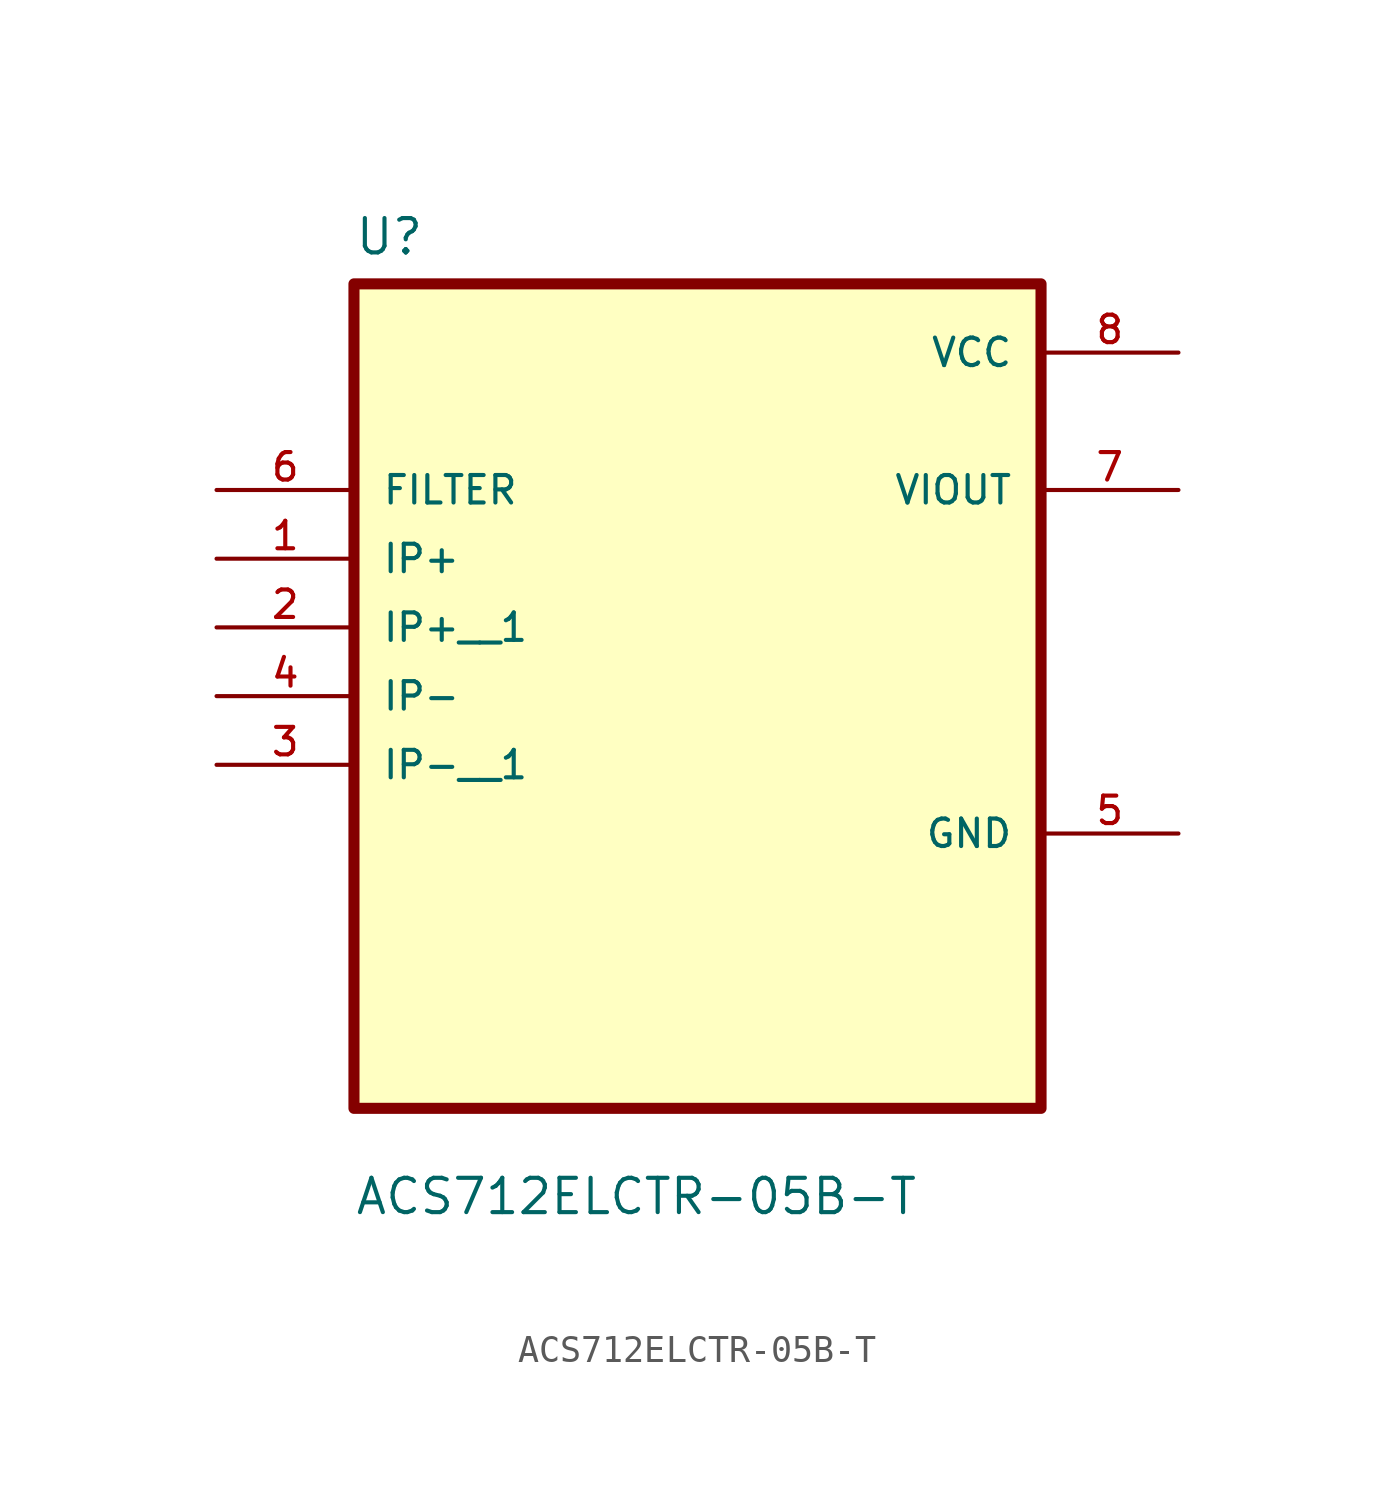
<source format=kicad_sym>
(kicad_symbol_lib
  (version 20211014)
  (generator kicad_symbol_editor)
  (symbol "ACS712ELCTR-05B-T"
    (pin_names
      (offset 1.016))
    (property "Reference" "U"
      (at -12.7 13.7 0.0)
      (effects (font (size 1.27 1.27)) (justify bottom left)))
    (property "Value" "ACS712ELCTR-05B-T"
      (at -12.7 -21.78 0.0)
      (effects (font (size 1.27 1.27)) (justify bottom left)))
    (symbol "ACS712ELCTR-05B-T_0_0"
      (rectangle (start -12.7 -17.78) (end 12.7 12.7) (stroke (width 0.41)) (fill (type background)))
      (pin input line (at -17.78 5.08 0) (length 5.08) (name "FILTER" (effects (font (size 1.016 1.016)))) (number "6" (effects (font (size 1.016 1.016)))))
      (pin input line (at -17.78 2.54 0) (length 5.08) (name "IP+" (effects (font (size 1.016 1.016)))) (number "1" (effects (font (size 1.016 1.016)))))
      (pin input line (at -17.78 -2.54 0) (length 5.08) (name "IP-" (effects (font (size 1.016 1.016)))) (number "4" (effects (font (size 1.016 1.016)))))
      (pin power_in line (at 17.78 10.16 180.0) (length 5.08) (name "VCC" (effects (font (size 1.016 1.016)))) (number "8" (effects (font (size 1.016 1.016)))))
      (pin output line (at 17.78 5.08 180.0) (length 5.08) (name "VIOUT" (effects (font (size 1.016 1.016)))) (number "7" (effects (font (size 1.016 1.016)))))
      (pin power_in line (at 17.78 -7.62 180.0) (length 5.08) (name "GND" (effects (font (size 1.016 1.016)))) (number "5" (effects (font (size 1.016 1.016)))))
      (pin input line (at -17.78 0.0 0) (length 5.08) (name "IP+__1" (effects (font (size 1.016 1.016)))) (number "2" (effects (font (size 1.016 1.016)))))
      (pin input line (at -17.78 -5.08 0) (length 5.08) (name "IP-__1" (effects (font (size 1.016 1.016)))) (number "3" (effects (font (size 1.016 1.016))))))))
</source>
